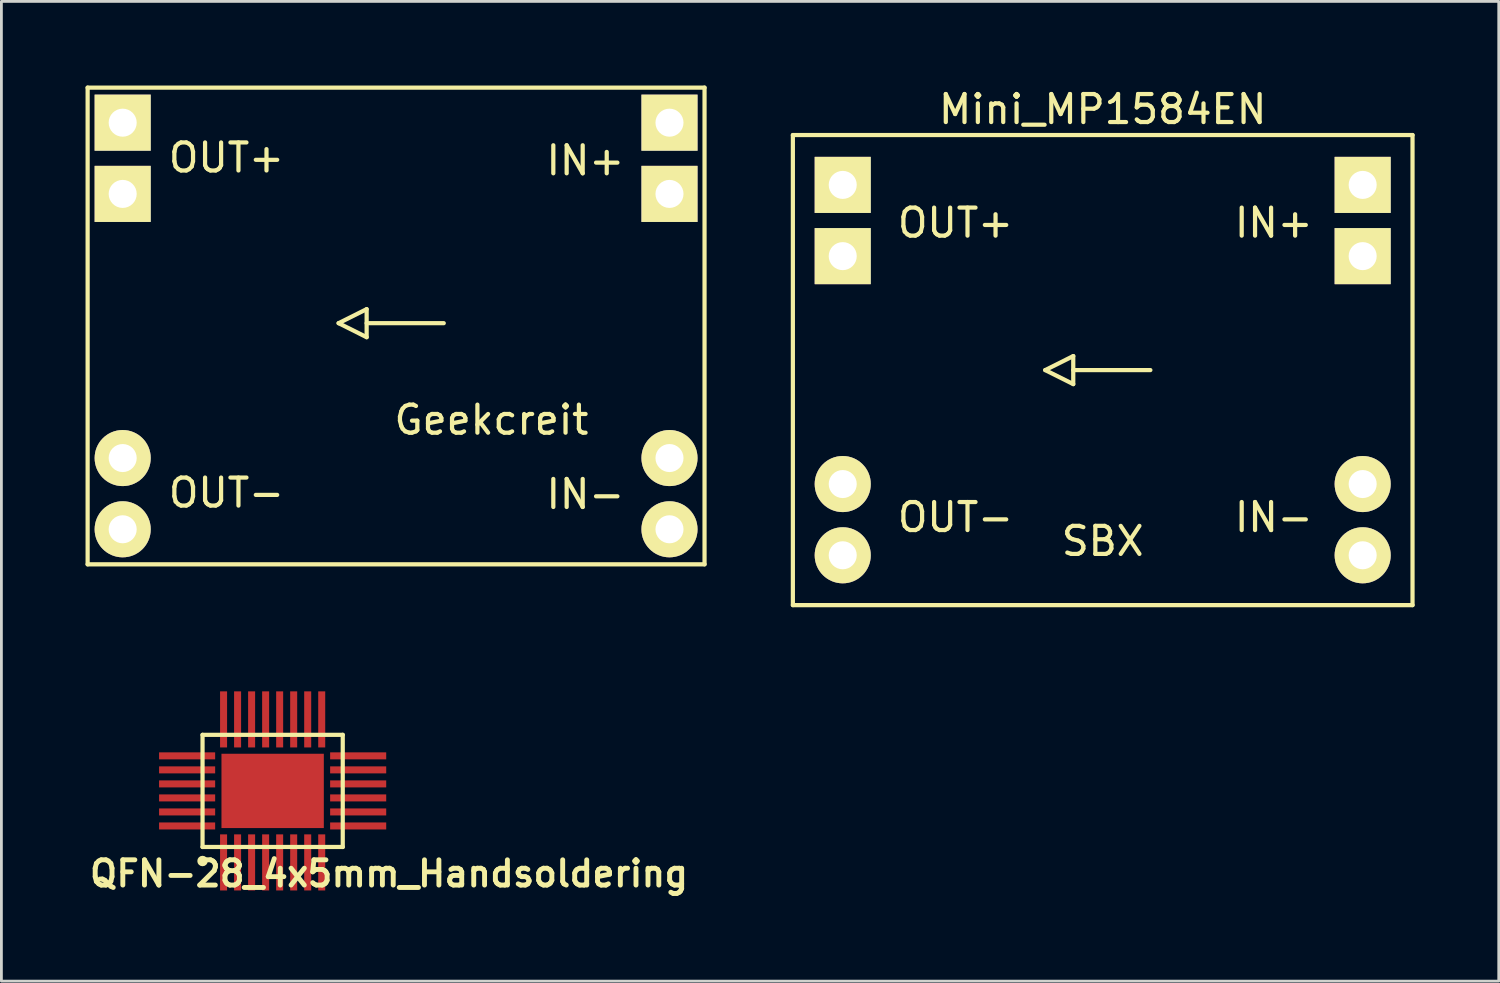
<source format=kicad_pcb>
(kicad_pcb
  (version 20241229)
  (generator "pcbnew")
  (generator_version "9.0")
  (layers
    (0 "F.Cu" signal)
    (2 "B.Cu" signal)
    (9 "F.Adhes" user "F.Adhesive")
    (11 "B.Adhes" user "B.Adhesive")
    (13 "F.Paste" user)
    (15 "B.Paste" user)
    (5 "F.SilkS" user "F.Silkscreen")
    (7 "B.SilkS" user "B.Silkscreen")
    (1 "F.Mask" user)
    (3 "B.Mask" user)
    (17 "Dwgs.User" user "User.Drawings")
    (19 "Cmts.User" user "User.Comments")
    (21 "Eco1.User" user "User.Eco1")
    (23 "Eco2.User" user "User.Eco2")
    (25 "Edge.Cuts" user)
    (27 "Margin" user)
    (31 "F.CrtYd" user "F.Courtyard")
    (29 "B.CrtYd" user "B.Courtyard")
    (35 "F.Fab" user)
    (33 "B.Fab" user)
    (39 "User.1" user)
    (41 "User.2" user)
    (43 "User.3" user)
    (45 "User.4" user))
  (footprint "Geekcreit"
    (layer "F.Cu")
    (at 11.075 8.475)
    (property "Reference" "Geekcreit" (at 3.4 3.45 0) (layer "F.SilkS") (effects (font (size 1 1) (thickness 0.15))))
    (attr through_hole)
    (fp_line (start -11 -8.4) (end -11 8.6) (stroke (width 0.15) (type solid)) (layer "F.SilkS"))
    (fp_line (start -11 8.6) (end 11 8.6) (stroke (width 0.15) (type solid)) (layer "F.SilkS"))
    (fp_line (start -2.05 0) (end -1.05 0.5) (stroke (width 0.15) (type solid)) (layer "F.SilkS"))
    (fp_line (start -1.05 -0.5) (end -2.05 0) (stroke (width 0.15) (type solid)) (layer "F.SilkS"))
    (fp_line (start -1.05 0.5) (end -1.05 -0.5) (stroke (width 0.15) (type solid)) (layer "F.SilkS"))
    (fp_line (start 1.7 0) (end -1.05 0) (stroke (width 0.15) (type solid)) (layer "F.SilkS"))
    (fp_line (start 11 -8.4) (end -11 -8.4) (stroke (width 0.15) (type solid)) (layer "F.SilkS"))
    (fp_line (start 11 8.6) (end 11 -8.4) (stroke (width 0.15) (type solid)) (layer "F.SilkS"))
    (fp_text user "OUT+" (at -6.05 -5.9 0) (layer "F.SilkS") (effects (font (size 1 1) (thickness 0.15))))
    (fp_text user "IN+" (at 6.75 -5.8 0) (layer "F.SilkS") (effects (font (size 1 1) (thickness 0.15))))
    (fp_text user "IN-" (at 6.75 6.1 0) (layer "F.SilkS") (effects (font (size 1 1) (thickness 0.15))))
    (fp_text user "OUT-" (at -6.05 6.05 0) (layer "F.SilkS") (effects (font (size 1 1) (thickness 0.15))))
    (pad "1" thru_hole rect (at 9.75 -7.15) (size 2 2) (drill 1) (layers "*.Cu" "*.Mask" "F.SilkS"))
    (pad "2" thru_hole rect (at 9.75 -4.61) (size 2 2) (drill 1) (layers "*.Cu" "*.Mask" "F.SilkS"))
    (pad "3" thru_hole circle (at 9.75 4.81) (size 2 2) (drill 1) (layers "*.Cu" "*.Mask" "F.SilkS"))
    (pad "4" thru_hole circle (at 9.75 7.35) (size 2 2) (drill 1) (layers "*.Cu" "*.Mask" "F.SilkS"))
    (pad "5" thru_hole circle (at -9.75 7.35) (size 2 2) (drill 1) (layers "*.Cu" "*.Mask" "F.SilkS"))
    (pad "6" thru_hole circle (at -9.75 4.81) (size 2 2) (drill 1) (layers "*.Cu" "*.Mask" "F.SilkS"))
    (pad "7" thru_hole rect (at -9.75 -4.61) (size 2 2) (drill 1) (layers "*.Cu" "*.Mask" "F.SilkS"))
    (pad "8" thru_hole rect (at -9.75 -7.15) (size 2 2) (drill 1) (layers "*.Cu" "*.Mask" "F.SilkS")))
  (footprint "Mini_MP1584EN"
    (layer "F.Cu")
    (at 36.274 10.148)
    (property "Reference" "Mini_MP1584EN" (at 0 -9.3 0) (layer "F.SilkS") (effects (font (size 1 1) (thickness 0.15))))
    (attr through_hole)
    (fp_line (start -11.049 -8.382) (end -11.049 8.382) (stroke (width 0.15) (type solid)) (layer "F.SilkS"))
    (fp_line (start -11.049 8.382) (end 11.049 8.382) (stroke (width 0.15) (type solid)) (layer "F.SilkS"))
    (fp_line (start -2.05 0) (end -1.05 0.5) (stroke (width 0.15) (type solid)) (layer "F.SilkS"))
    (fp_line (start -1.05 -0.5) (end -2.05 0) (stroke (width 0.15) (type solid)) (layer "F.SilkS"))
    (fp_line (start -1.05 0.5) (end -1.05 -0.5) (stroke (width 0.15) (type solid)) (layer "F.SilkS"))
    (fp_line (start 1.7 0) (end -1.05 0) (stroke (width 0.15) (type solid)) (layer "F.SilkS"))
    (fp_line (start 11.049 -8.382) (end -11.049 -8.382) (stroke (width 0.15) (type solid)) (layer "F.SilkS"))
    (fp_line (start 11.049 8.382) (end 11.049 -8.382) (stroke (width 0.15) (type solid)) (layer "F.SilkS"))
    (fp_text user "IN+" (at 6.1 -5.25 0) (layer "F.SilkS") (effects (font (size 1 1) (thickness 0.15))))
    (fp_text user "OUT-" (at -5.25 5.25 0) (layer "F.SilkS") (effects (font (size 1 1) (thickness 0.15))))
    (fp_text user "OUT+" (at -5.25 -5.25 0) (layer "F.SilkS") (effects (font (size 1 1) (thickness 0.15))))
    (fp_text user "SBX" (at 0 6.1 0) (layer "F.SilkS") (effects (font (size 1 1) (thickness 0.15))))
    (fp_text user "IN-" (at 6.1 5.25 0) (layer "F.SilkS") (effects (font (size 1 1) (thickness 0.15))))
    (pad "1" thru_hole rect (at 9.271 -6.604) (size 2 2) (drill 1) (layers "*.Cu" "*.Mask" "F.SilkS"))
    (pad "2" thru_hole rect (at 9.271 -4.064) (size 2 2) (drill 1) (layers "*.Cu" "*.Mask" "F.SilkS"))
    (pad "3" thru_hole circle (at 9.271 4.064) (size 2 2) (drill 1) (layers "*.Cu" "*.Mask" "F.SilkS"))
    (pad "4" thru_hole circle (at 9.271 6.604) (size 2 2) (drill 1) (layers "*.Cu" "*.Mask" "F.SilkS"))
    (pad "5" thru_hole circle (at -9.271 6.604) (size 2 2) (drill 1) (layers "*.Cu" "*.Mask" "F.SilkS"))
    (pad "6" thru_hole circle (at -9.271 4.064) (size 2 2) (drill 1) (layers "*.Cu" "*.Mask" "F.SilkS"))
    (pad "7" thru_hole rect (at -9.271 -4.064) (size 2 2) (drill 1) (layers "*.Cu" "*.Mask" "F.SilkS"))
    (pad "8" thru_hole rect (at -9.271 -6.604) (size 2 2) (drill 1) (layers "*.Cu" "*.Mask" "F.SilkS")))
  (footprint "QFN-28_4x5mm_Handsoldering"
    (layer "F.Cu")
    (at 6.673 25.155)
    (property "Reference" "QFN-28_4x5mm_Handsoldering" (at 4.15 2.95 0) (layer "F.SilkS") (effects (font (size 0.9 0.9) (thickness 0.175))))
    (attr through_hole)
    (fp_line (start -2.5 -2) (end 2.5 -2) (stroke (width 0.15) (type solid)) (layer "F.SilkS"))
    (fp_line (start -2.5 2) (end -2.5 -2) (stroke (width 0.15) (type solid)) (layer "F.SilkS"))
    (fp_line (start 2.5 -2) (end 2.5 2) (stroke (width 0.15) (type solid)) (layer "F.SilkS"))
    (fp_line (start 2.5 2) (end -2.5 2) (stroke (width 0.15) (type solid)) (layer "F.SilkS"))
    (fp_circle (center -2.5 2.5) (end -2.45 2.6) (stroke (width 0.15) (type solid)) (fill no) (layer "F.SilkS"))
    (pad "1" smd rect (at -1.75 2.55) (size 0.25 2) (layers "F.Cu" "F.Mask" "F.Paste"))
    (pad "2" smd rect (at -1.25 2.55) (size 0.25 2) (layers "F.Cu" "F.Mask" "F.Paste"))
    (pad "3" smd rect (at -0.75 2.55) (size 0.25 2) (layers "F.Cu" "F.Mask" "F.Paste"))
    (pad "4" smd rect (at -0.25 2.55) (size 0.25 2) (layers "F.Cu" "F.Mask" "F.Paste"))
    (pad "5" smd rect (at 0.25 2.55) (size 0.25 2) (layers "F.Cu" "F.Mask" "F.Paste"))
    (pad "6" smd rect (at 0.75 2.55) (size 0.25 2) (layers "F.Cu" "F.Mask" "F.Paste"))
    (pad "7" smd rect (at 1.25 2.55) (size 0.25 2) (layers "F.Cu" "F.Mask" "F.Paste"))
    (pad "8" smd rect (at 1.75 2.55) (size 0.25 2) (layers "F.Cu" "F.Mask" "F.Paste"))
    (pad "9" smd rect (at 3.05 1.25 90) (size 0.25 2) (layers "F.Cu" "F.Mask" "F.Paste"))
    (pad "10" smd rect (at 3.05 0.75 90) (size 0.25 2) (layers "F.Cu" "F.Mask" "F.Paste"))
    (pad "11" smd rect (at 3.05 0.25 90) (size 0.25 2) (layers "F.Cu" "F.Mask" "F.Paste"))
    (pad "12" smd rect (at 3.05 -0.25 90) (size 0.25 2) (layers "F.Cu" "F.Mask" "F.Paste"))
    (pad "13" smd rect (at 3.05 -0.75 90) (size 0.25 2) (layers "F.Cu" "F.Mask" "F.Paste"))
    (pad "14" smd rect (at 3.05 -1.25 90) (size 0.25 2) (layers "F.Cu" "F.Mask" "F.Paste"))
    (pad "15" smd rect (at 1.75 -2.55) (size 0.25 2) (layers "F.Cu" "F.Mask" "F.Paste"))
    (pad "16" smd rect (at 1.25 -2.55) (size 0.25 2) (layers "F.Cu" "F.Mask" "F.Paste"))
    (pad "17" smd rect (at 0.75 -2.55) (size 0.25 2) (layers "F.Cu" "F.Mask" "F.Paste"))
    (pad "18" smd rect (at 0.25 -2.55) (size 0.25 2) (layers "F.Cu" "F.Mask" "F.Paste"))
    (pad "19" smd rect (at -0.25 -2.55) (size 0.25 2) (layers "F.Cu" "F.Mask" "F.Paste"))
    (pad "20" smd rect (at -0.75 -2.55) (size 0.25 2) (layers "F.Cu" "F.Mask" "F.Paste"))
    (pad "21" smd rect (at -1.25 -2.55) (size 0.25 2) (layers "F.Cu" "F.Mask" "F.Paste"))
    (pad "22" smd rect (at -1.75 -2.55) (size 0.25 2) (layers "F.Cu" "F.Mask" "F.Paste"))
    (pad "23" smd rect (at -3.05 -1.25 90) (size 0.25 2) (layers "F.Cu" "F.Mask" "F.Paste"))
    (pad "24" smd rect (at -3.05 -0.75 90) (size 0.25 2) (layers "F.Cu" "F.Mask" "F.Paste"))
    (pad "25" smd rect (at -3.05 -0.25 90) (size 0.25 2) (layers "F.Cu" "F.Mask" "F.Paste"))
    (pad "26" smd rect (at -3.05 0.25 90) (size 0.25 2) (layers "F.Cu" "F.Mask" "F.Paste"))
    (pad "27" smd rect (at -3.05 0.75 90) (size 0.25 2) (layers "F.Cu" "F.Mask" "F.Paste"))
    (pad "28" smd rect (at -3.05 1.25 90) (size 0.25 2) (layers "F.Cu" "F.Mask" "F.Paste"))
    (pad "29" smd rect (at 0 0 90) (size 2.65 3.65) (layers "F.Cu" "F.Mask" "F.Paste")))
  (gr_rect
    (start -3 -3)
    (end 50.398 31.939)
    (stroke (width 0.1) (type default))
    (fill no)
    (layer "Edge.Cuts")))
</source>
